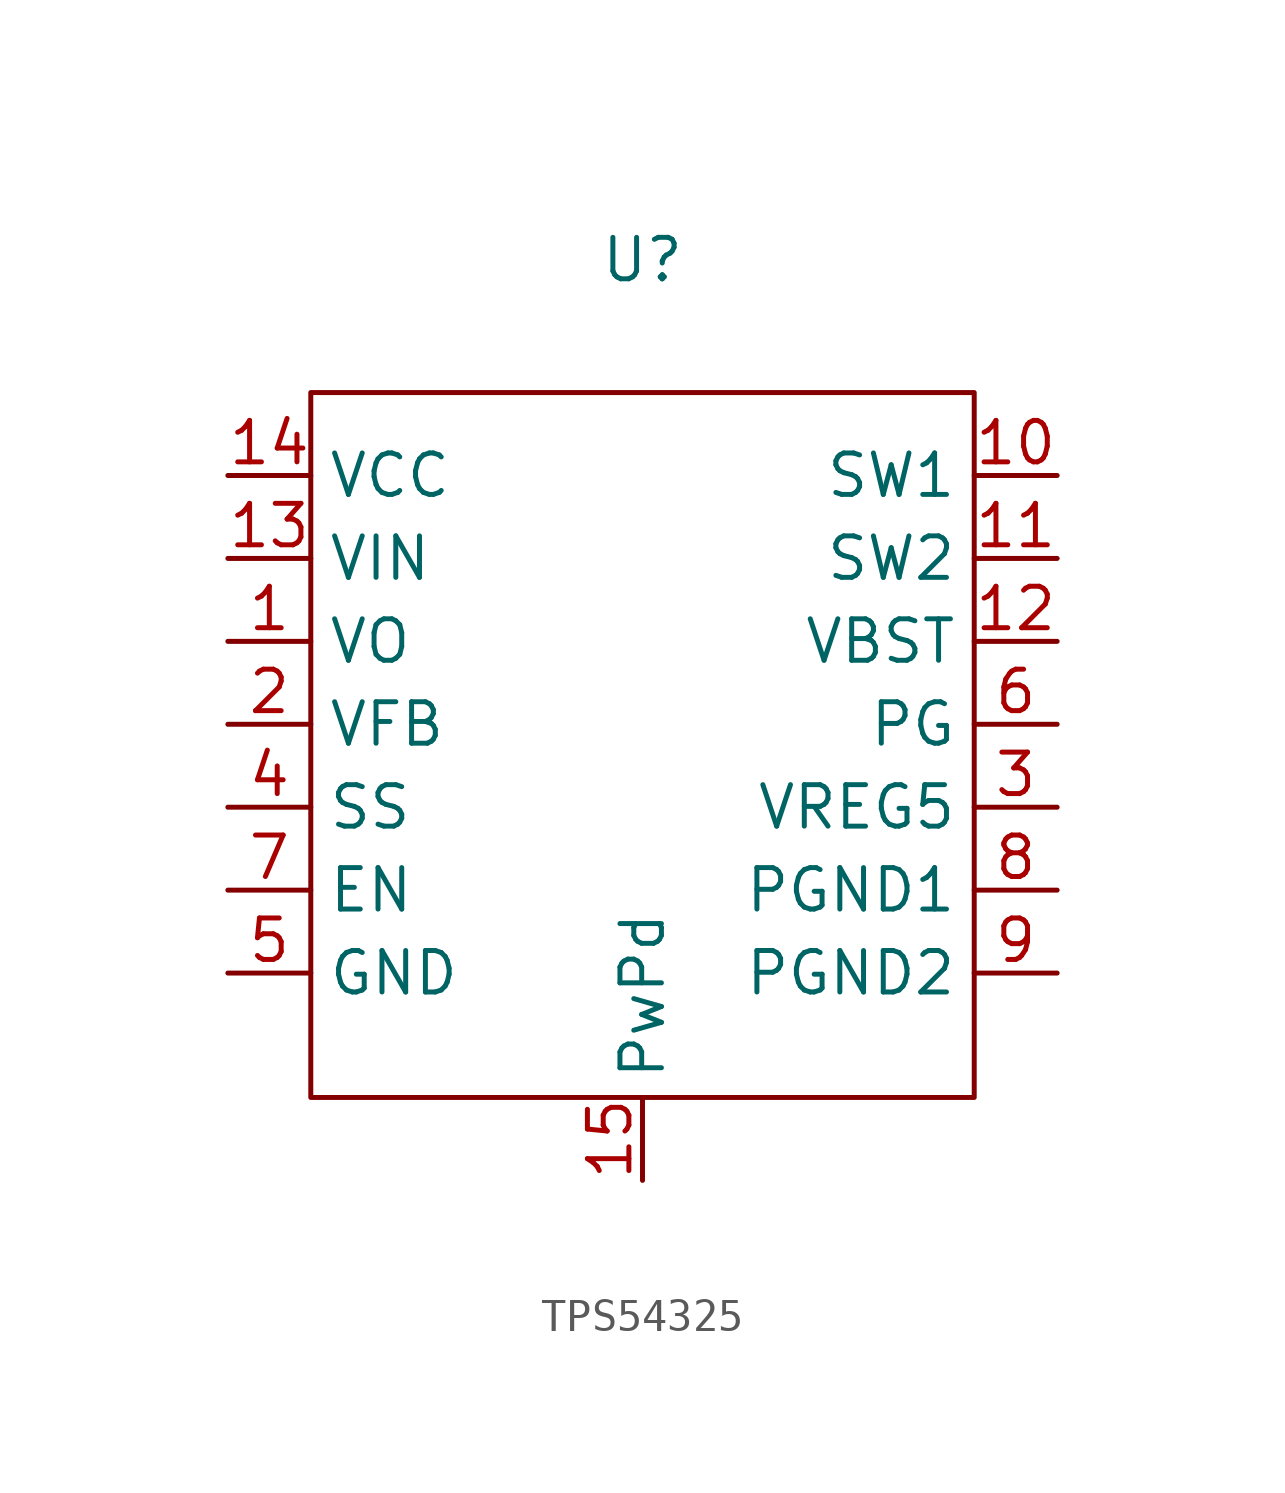
<source format=kicad_sym>
(kicad_symbol_lib
  (version 20231120)
  (generator "kicad_symbol_editor")
  (generator_version "8.0")
  (symbol "TPS54325"
    (property "Reference" "U"
      (at 0 6.604 0)
      (effects (font (size 1.27 1.27))))
    (property "Value" ""
      (at -6.35 -5.08 0)
      (effects (font (size 1.27 1.27))))
    (symbol "TPS54325_0_1"
      (rectangle (start -10.16 2.54) (end 10.16 -19.05) (stroke (width 0) (type default)) (fill (type none))))
    (symbol "TPS54325_1_1"
      (pin input line (at -12.7 -5.08 0) (length 2.54) (name "VO" (effects (font (size 1.27 1.27)))) (number "1" (effects (font (size 1.27 1.27)))))
      (pin output line (at 12.7 0 180) (length 2.54) (name "SW1" (effects (font (size 1.27 1.27)))) (number "10" (effects (font (size 1.27 1.27)))))
      (pin output line (at 12.7 -2.54 180) (length 2.54) (name "SW2" (effects (font (size 1.27 1.27)))) (number "11" (effects (font (size 1.27 1.27)))))
      (pin output line (at 12.7 -5.08 180) (length 2.54) (name "VBST" (effects (font (size 1.27 1.27)))) (number "12" (effects (font (size 1.27 1.27)))))
      (pin power_in line (at -12.7 -2.54 0) (length 2.54) (name "VIN" (effects (font (size 1.27 1.27)))) (number "13" (effects (font (size 1.27 1.27)))))
      (pin power_in line (at -12.7 0 0) (length 2.54) (name "VCC" (effects (font (size 1.27 1.27)))) (number "14" (effects (font (size 1.27 1.27)))))
      (pin passive line (at 0 -21.59 90) (length 2.54) (name "PwPd" (effects (font (size 1.27 1.27)))) (number "15" (effects (font (size 1.27 1.27)))))
      (pin input line (at -12.7 -7.62 0) (length 2.54) (name "VFB" (effects (font (size 1.27 1.27)))) (number "2" (effects (font (size 1.27 1.27)))))
      (pin output line (at 12.7 -10.16 180) (length 2.54) (name "VREG5" (effects (font (size 1.27 1.27)))) (number "3" (effects (font (size 1.27 1.27)))))
      (pin input line (at -12.7 -10.16 0) (length 2.54) (name "SS" (effects (font (size 1.27 1.27)))) (number "4" (effects (font (size 1.27 1.27)))))
      (pin passive line (at -12.7 -15.24 0) (length 2.54) (name "GND" (effects (font (size 1.27 1.27)))) (number "5" (effects (font (size 1.27 1.27)))))
      (pin output line (at 12.7 -7.62 180) (length 2.54) (name "PG" (effects (font (size 1.27 1.27)))) (number "6" (effects (font (size 1.27 1.27)))))
      (pin input line (at -12.7 -12.7 0) (length 2.54) (name "EN" (effects (font (size 1.27 1.27)))) (number "7" (effects (font (size 1.27 1.27)))))
      (pin passive line (at 12.7 -12.7 180) (length 2.54) (name "PGND1" (effects (font (size 1.27 1.27)))) (number "8" (effects (font (size 1.27 1.27)))))
      (pin passive line (at 12.7 -15.24 180) (length 2.54) (name "PGND2" (effects (font (size 1.27 1.27)))) (number "9" (effects (font (size 1.27 1.27))))))))
</source>
